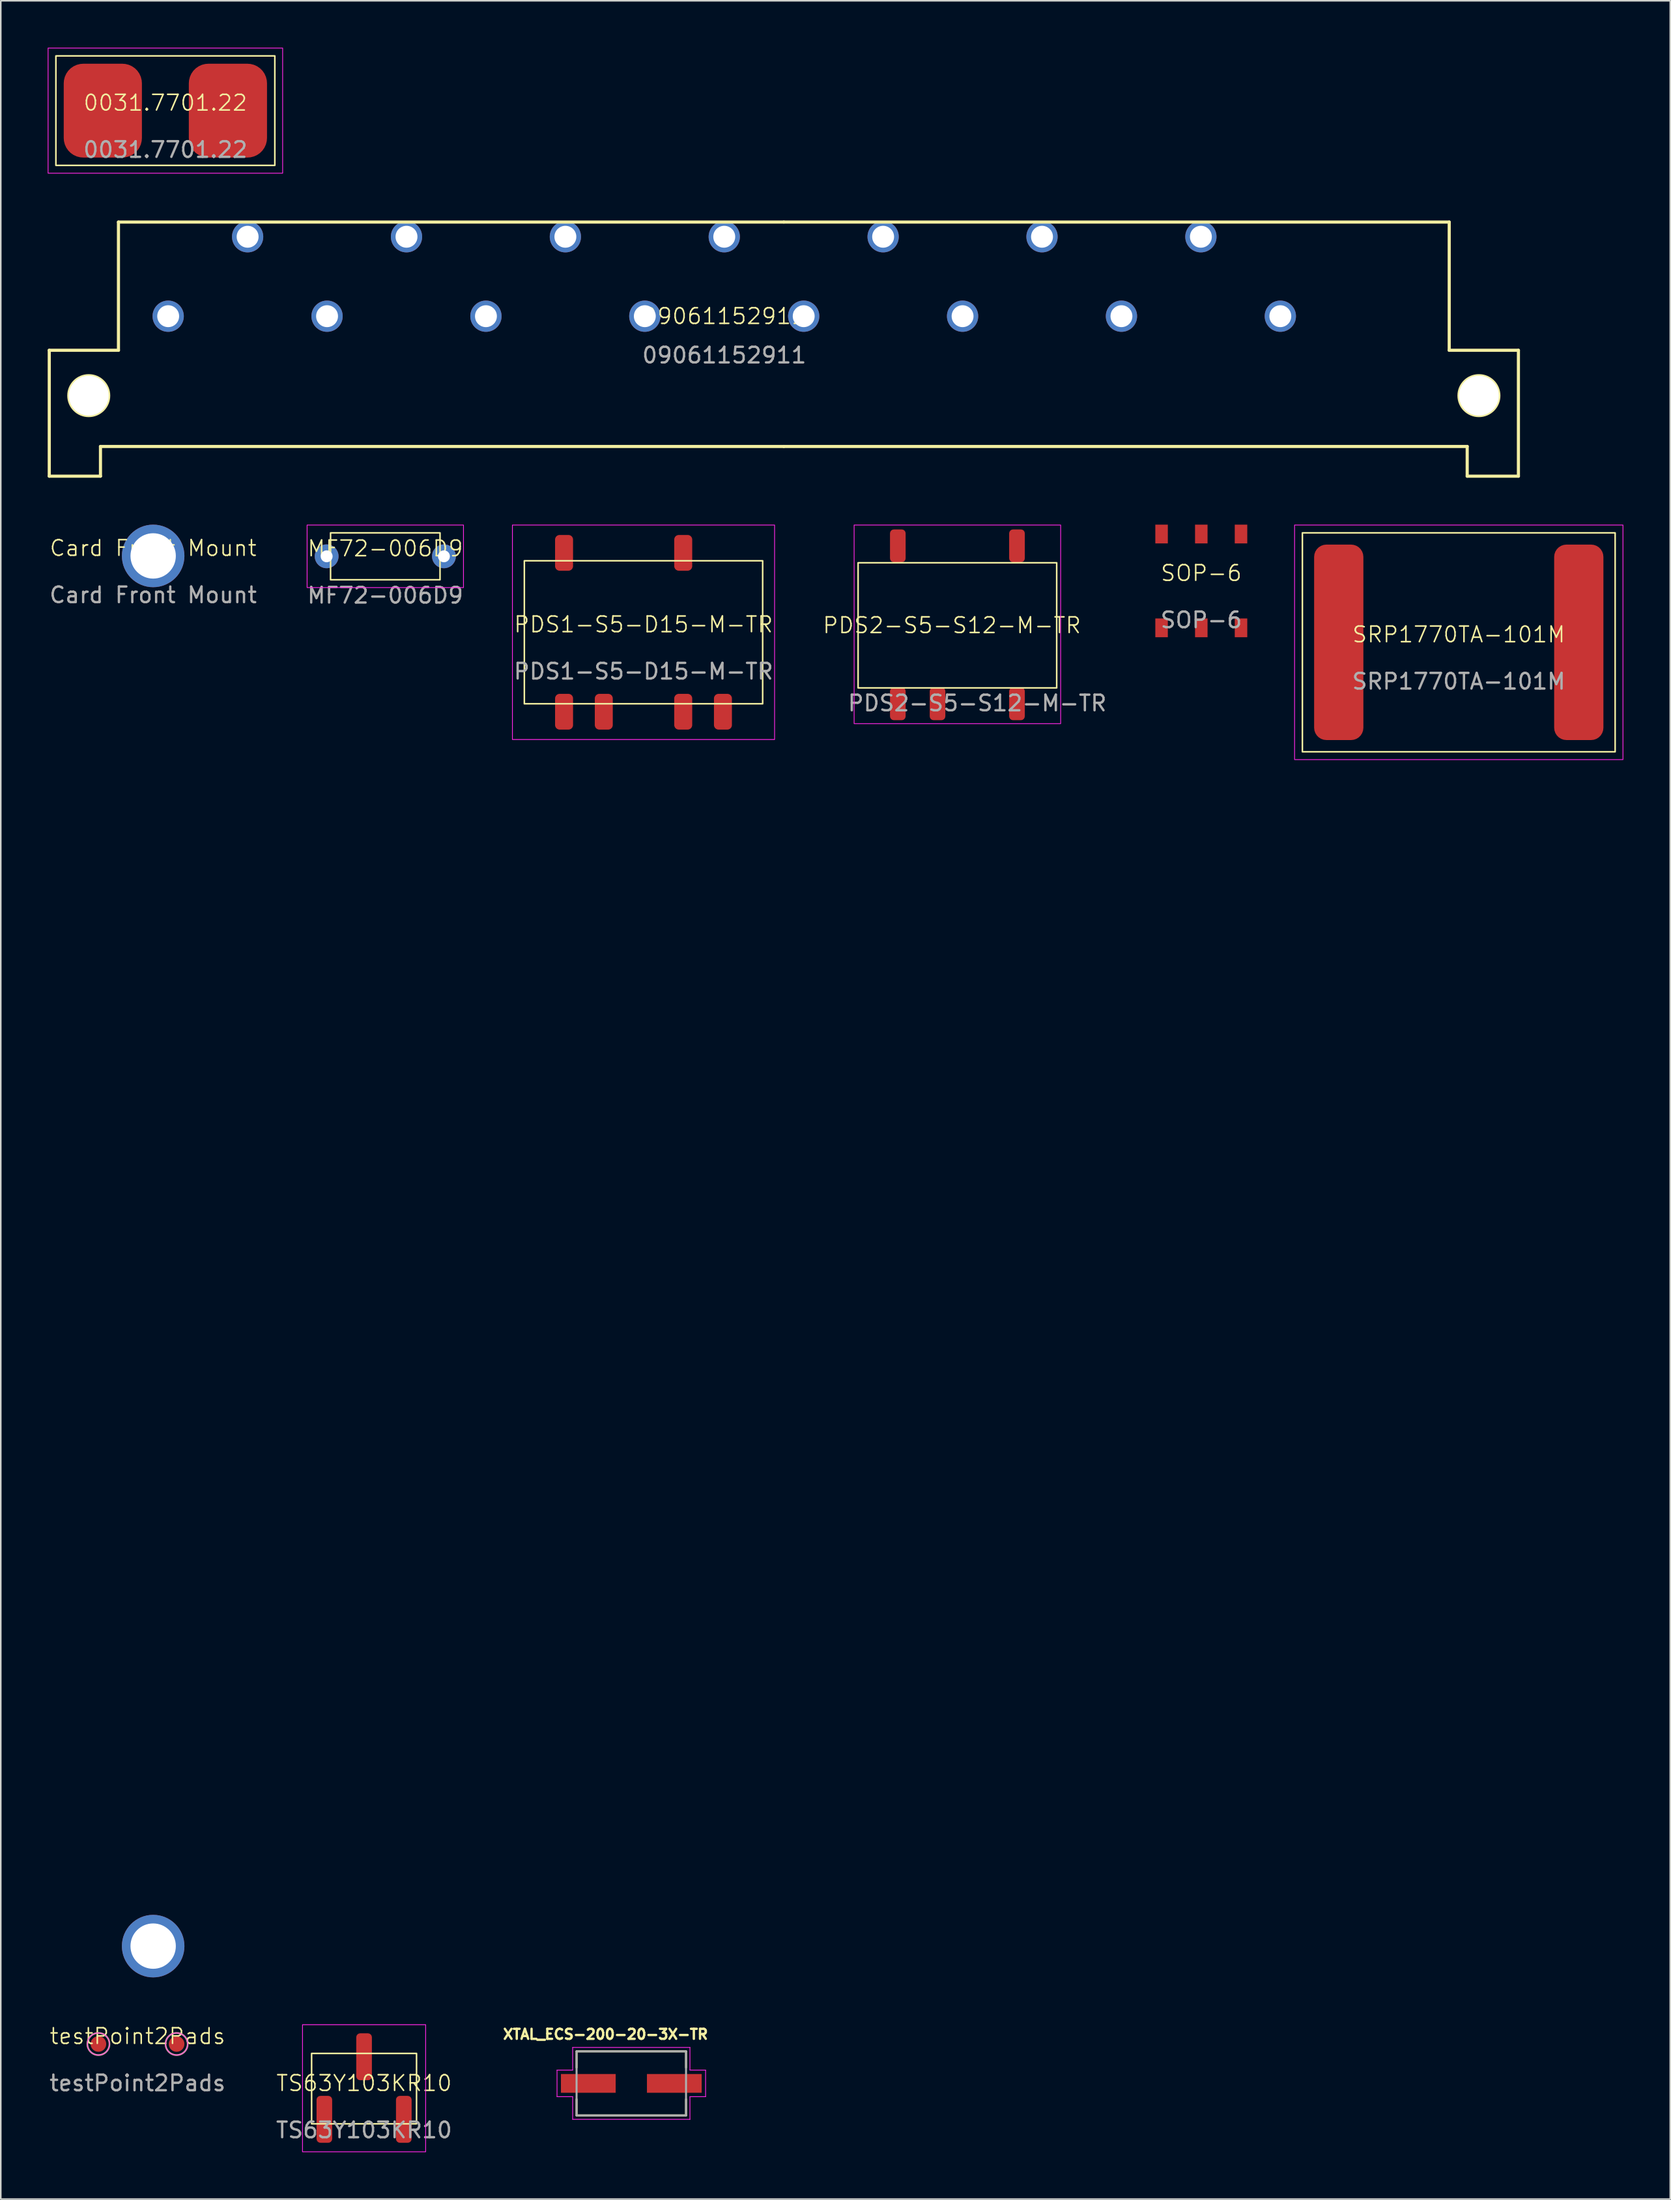
<source format=kicad_pcb>
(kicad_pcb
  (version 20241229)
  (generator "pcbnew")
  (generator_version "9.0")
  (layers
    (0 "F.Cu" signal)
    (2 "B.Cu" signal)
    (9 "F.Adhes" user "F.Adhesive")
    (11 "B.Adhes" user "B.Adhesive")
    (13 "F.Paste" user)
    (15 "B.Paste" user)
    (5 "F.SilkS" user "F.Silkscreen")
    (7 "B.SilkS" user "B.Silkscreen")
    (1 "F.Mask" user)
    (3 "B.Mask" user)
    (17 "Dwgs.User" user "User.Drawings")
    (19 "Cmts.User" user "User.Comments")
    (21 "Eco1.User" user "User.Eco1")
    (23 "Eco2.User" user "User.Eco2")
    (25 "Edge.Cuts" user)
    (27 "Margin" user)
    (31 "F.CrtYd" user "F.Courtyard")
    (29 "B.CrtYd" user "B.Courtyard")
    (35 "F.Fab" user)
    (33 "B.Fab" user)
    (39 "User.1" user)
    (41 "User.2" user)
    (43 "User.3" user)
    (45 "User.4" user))
  (footprint "PDS2-S5-S12-M-TR"
    (layer "F.Cu")
    (at 57.824 36.938)
    (property "Reference" "PDS2-S5-S12-M-TR" (at 0 0 0) (unlocked yes) (layer "F.SilkS") (effects (font (size 1 1) (thickness 0.1))))
    (attr smd)
    (fp_rect (start -6 -4) (end 6.7 4.001) (stroke (width 0.1) (type default)) (fill no) (layer "F.SilkS"))
    (fp_rect (start -6.254 -6.413) (end 6.954 6.287) (stroke (width 0.05) (type default)) (fill no) (layer "F.CrtYd"))
    (fp_text user "${REFERENCE}" (at 1.62 4.977 0) (unlocked yes) (layer "F.Fab") (effects (font (size 1 1) (thickness 0.15))))
    (pad "1" smd roundrect (at -3.46 5.017 180) (size 1 2.1) (layers "F.Cu" "F.Mask" "F.Paste") (roundrect_rratio 0.25))
    (pad "2" smd roundrect (at -0.92 5.017 180) (size 1 2.1) (layers "F.Cu" "F.Mask" "F.Paste") (roundrect_rratio 0.25))
    (pad "4" smd roundrect (at 4.16 5.017 180) (size 1 2.1) (layers "F.Cu" "F.Mask" "F.Paste") (roundrect_rratio 0.25))
    (pad "5" smd roundrect (at 4.16 -5.083 180) (size 1 2.1) (layers "F.Cu" "F.Mask" "F.Paste") (roundrect_rratio 0.25))
    (pad "8" smd roundrect (at -3.46 -5.083 180) (size 1 2.1) (layers "F.Cu" "F.Mask" "F.Paste") (roundrect_rratio 0.25)))
  (footprint "PDS1-S5-D15-M-TR"
    (layer "F.Cu")
    (at 38.101 37.383)
    (property "Reference" "PDS1-S5-D15-M-TR" (at 0 -0.5 0) (unlocked yes) (layer "F.SilkS") (effects (font (size 1 1) (thickness 0.1))))
    (attr smd)
    (fp_rect (start -7.62 -4.572) (end 7.62 4.572) (stroke (width 0.1) (type default)) (fill no) (layer "F.SilkS"))
    (fp_rect (start -8.382 -6.858) (end 8.382 6.858) (stroke (width 0.05) (type default)) (fill no) (layer "F.CrtYd"))
    (fp_text user "${REFERENCE}" (at 0 2.5 0) (unlocked yes) (layer "F.Fab") (effects (font (size 1 1) (thickness 0.15))))
    (pad "1" smd roundrect (at -5.08 5.08 90) (size 2.286 1.15) (layers "F.Cu" "F.Mask" "F.Paste") (roundrect_rratio 0.25))
    (pad "2" smd roundrect (at -2.54 5.08 90) (size 2.286 1.15) (layers "F.Cu" "F.Mask" "F.Paste") (roundrect_rratio 0.25))
    (pad "4" smd roundrect (at 2.54 5.08 90) (size 2.286 1.15) (layers "F.Cu" "F.Mask" "F.Paste") (roundrect_rratio 0.25))
    (pad "5" smd roundrect (at 5.08 5.08 90) (size 2.286 1.15) (layers "F.Cu" "F.Mask" "F.Paste") (roundrect_rratio 0.25))
    (pad "7" smd roundrect (at 2.54 -5.08 90) (size 2.286 1.15) (layers "F.Cu" "F.Mask" "F.Paste") (roundrect_rratio 0.25))
    (pad "10" smd roundrect (at -5.08 -5.08 90) (size 2.286 1.15) (layers "F.Cu" "F.Mask" "F.Paste") (roundrect_rratio 0.25)))
  (footprint "testPoint2Pads"
    (layer "F.Cu")
    (at 5.744 127.66)
    (property "Reference" "testPoint2Pads" (at 0 -0.5 0) (unlocked yes) (layer "F.SilkS") (effects (font (size 1 1) (thickness 0.1))))
    (attr smd)
    (fp_circle (center -2.5 0) (end -2 -0.5) (stroke (width 0.1) (type default)) (fill no) (layer "F.SilkS"))
    (fp_circle (center 2.5 0) (end 3 -0.5) (stroke (width 0.1) (type default)) (fill no) (layer "F.SilkS"))
    (fp_circle (center -2.5 0) (end -2 -0.5) (stroke (width 0.05) (type default)) (fill no) (layer "F.CrtYd"))
    (fp_circle (center 2.5 0) (end 3 -0.5) (stroke (width 0.05) (type default)) (fill no) (layer "F.CrtYd"))
    (fp_text user "${REFERENCE}" (at 0 2.5 0) (unlocked yes) (layer "F.Fab") (effects (font (size 1 1) (thickness 0.15))))
    (pad "1" smd circle (at -2.5 0) (size 1 1) (layers "F.Cu" "F.Mask" "F.Paste"))
    (pad "2" smd circle (at 2.5 0) (size 1 1) (layers "F.Cu" "F.Mask" "F.Paste")))
  (footprint "0031.7701.22"
    (layer "F.Cu")
    (at 7.525 4.025)
    (property "Reference" "0031.7701.22" (at 0 -0.5 0) (unlocked yes) (layer "F.SilkS") (effects (font (size 1 1) (thickness 0.1))))
    (attr smd)
    (fp_rect (start -7 -3.5) (end 7 3.5) (stroke (width 0.1) (type default)) (fill no) (layer "F.SilkS"))
    (fp_rect (start -7.5 -4) (end 7.5 4) (stroke (width 0.05) (type default)) (fill no) (layer "F.CrtYd"))
    (fp_text user "${REFERENCE}" (at 0 2.5 0) (unlocked yes) (layer "F.Fab") (effects (font (size 1 1) (thickness 0.15))))
    (pad "1" smd roundrect (at -4 0 180) (size 5 6) (layers "F.Cu" "F.Mask" "F.Paste") (roundrect_rratio 0.25))
    (pad "2" smd roundrect (at 4 0 180) (size 5 6) (layers "F.Cu" "F.Mask" "F.Paste") (roundrect_rratio 0.25)))
  (footprint "MF72-006D9"
    (layer "F.Cu")
    (at 21.589 32.525)
    (property "Reference" "MF72-006D9" (at 0 -0.5 0) (unlocked yes) (layer "F.SilkS") (effects (font (size 1 1) (thickness 0.1))))
    (attr through_hole)
    (fp_rect (start -3.5 -1.5) (end 3.5 1.5) (stroke (width 0.1) (type default)) (fill no) (layer "F.SilkS"))
    (fp_rect (start -5 -2) (end 5 2) (stroke (width 0.05) (type default)) (fill no) (layer "F.CrtYd"))
    (fp_text user "${REFERENCE}" (at 0 2.5 0) (unlocked yes) (layer "F.Fab") (effects (font (size 1 1) (thickness 0.15))))
    (pad "1" thru_hole circle (at -3.75 0) (size 1.524 1.524) (drill 0.762) (layers "*.Cu" "*.Mask"))
    (pad "2" thru_hole circle (at 3.75 0) (size 1.524 1.524) (drill 0.762) (layers "*.Cu" "*.Mask")))
  (footprint "TS63Y103KR10"
    (layer "F.Cu")
    (at 20.232 130.477)
    (property "Reference" "TS63Y103KR10" (at 0 -0.312 0) (unlocked yes) (layer "F.SilkS") (effects (font (size 1 1) (thickness 0.1))))
    (attr smd)
    (fp_rect (start -3.355 -2.214) (end 3.355 2.286) (stroke (width 0.1) (type default)) (fill no) (layer "F.SilkS"))
    (fp_rect (start -3.937 -4.052) (end 3.937 4.076) (stroke (width 0.05) (type default)) (fill no) (layer "F.CrtYd"))
    (fp_text user "${REFERENCE}" (at 0 2.688 0) (unlocked yes) (layer "F.Fab") (effects (font (size 1 1) (thickness 0.15))))
    (pad "1" smd roundrect (at -2.54 2 90) (size 3 1) (layers "F.Cu" "F.Mask" "F.Paste") (roundrect_rratio 0.25))
    (pad "2" smd roundrect (at 0 -2 90) (size 3 1) (layers "F.Cu" "F.Mask" "F.Paste") (roundrect_rratio 0.25))
    (pad "3" smd roundrect (at 2.54 2 90) (size 3 1) (layers "F.Cu" "F.Mask" "F.Paste") (roundrect_rratio 0.25)))
  (footprint "09061152911"
    (layer "F.Cu")
    (at 43.265 12.09)
    (property "Reference" "09061152911" (at 0 5.08 0) (unlocked yes) (layer "F.SilkS") (effects (font (size 1 1) (thickness 0.1))))
    (attr through_hole)
    (fp_line (start -43.165 7.26) (end -43.165 15.31) (stroke (width 0.2) (type solid)) (layer "F.SilkS"))
    (fp_line (start -43.165 15.31) (end -39.89 15.31) (stroke (width 0.2) (type solid)) (layer "F.SilkS"))
    (fp_line (start -39.89 13.41) (end 3.81 13.41) (stroke (width 0.2) (type solid)) (layer "F.SilkS"))
    (fp_line (start -39.89 15.31) (end -39.89 13.41) (stroke (width 0.2) (type solid)) (layer "F.SilkS"))
    (fp_line (start -38.74 -0.94) (end -38.74 7.26) (stroke (width 0.2) (type solid)) (layer "F.SilkS"))
    (fp_line (start -38.74 -0.94) (end 3.81 -0.94) (stroke (width 0.2) (type solid)) (layer "F.SilkS"))
    (fp_line (start -38.74 7.26) (end -43.165 7.26) (stroke (width 0.2) (type solid)) (layer "F.SilkS"))
    (fp_line (start 46.36 -0.94) (end 3.81 -0.94) (stroke (width 0.2) (type solid)) (layer "F.SilkS"))
    (fp_line (start 46.36 -0.94) (end 46.36 7.26) (stroke (width 0.2) (type solid)) (layer "F.SilkS"))
    (fp_line (start 46.36 7.26) (end 50.785 7.26) (stroke (width 0.2) (type solid)) (layer "F.SilkS"))
    (fp_line (start 47.51 13.41) (end 3.81 13.41) (stroke (width 0.2) (type solid)) (layer "F.SilkS"))
    (fp_line (start 47.51 15.31) (end 47.51 13.41) (stroke (width 0.2) (type solid)) (layer "F.SilkS"))
    (fp_line (start 50.785 7.26) (end 50.785 15.31) (stroke (width 0.2) (type solid)) (layer "F.SilkS"))
    (fp_line (start 50.785 15.31) (end 47.51 15.31) (stroke (width 0.2) (type solid)) (layer "F.SilkS"))
    (fp_circle (center -40.64 10.16) (end -39.365 10.16) (stroke (width 0.2) (type solid)) (fill no) (layer "F.SilkS"))
    (fp_circle (center -35.56 5.08) (end -35.46 5.08) (stroke (width 0.2) (type solid)) (fill no) (layer "F.SilkS"))
    (fp_circle (center 48.26 10.16) (end 49.535 10.16) (stroke (width 0.2) (type solid)) (fill no) (layer "F.SilkS"))
    (fp_text user "${REFERENCE}" (at 0 7.58 0) (unlocked yes) (layer "F.Fab") (effects (font (size 1 1) (thickness 0.15))))
    (pad "" np_thru_hole circle (at -40.64 10.16) (size 2.55 2.55) (drill 2.55) (layers "*.Cu" "*.Mask"))
    (pad "" np_thru_hole circle (at 48.26 10.16) (size 2.55 2.55) (drill 2.55) (layers "*.Cu" "*.Mask"))
    (pad "1" thru_hole circle (at 35.56 5.08) (size 2 2) (drill 1.4) (layers "*.Cu" "*.Mask"))
    (pad "2" thru_hole circle (at 30.48 0) (size 2 2) (drill 1.4) (layers "*.Cu" "*.Mask"))
    (pad "3" thru_hole circle (at 25.4 5.08) (size 2 2) (drill 1.4) (layers "*.Cu" "*.Mask"))
    (pad "4" thru_hole circle (at 20.32 0) (size 2 2) (drill 1.4) (layers "*.Cu" "*.Mask"))
    (pad "5" thru_hole circle (at 15.24 5.08) (size 2 2) (drill 1.4) (layers "*.Cu" "*.Mask"))
    (pad "6" thru_hole circle (at 10.16 0) (size 2 2) (drill 1.4) (layers "*.Cu" "*.Mask"))
    (pad "7" thru_hole circle (at 5.08 5.08) (size 2 2) (drill 1.4) (layers "*.Cu" "*.Mask"))
    (pad "8" thru_hole circle (at 0 0) (size 2 2) (drill 1.4) (layers "*.Cu" "*.Mask"))
    (pad "9" thru_hole circle (at -5.08 5.08) (size 2 2) (drill 1.4) (layers "*.Cu" "*.Mask"))
    (pad "10" thru_hole circle (at -10.16 0) (size 2 2) (drill 1.4) (layers "*.Cu" "*.Mask"))
    (pad "11" thru_hole circle (at -15.24 5.08) (size 2 2) (drill 1.4) (layers "*.Cu" "*.Mask"))
    (pad "12" thru_hole circle (at -20.32 0) (size 2 2) (drill 1.4) (layers "*.Cu" "*.Mask"))
    (pad "13" thru_hole circle (at -25.4 5.08) (size 2 2) (drill 1.4) (layers "*.Cu" "*.Mask"))
    (pad "14" thru_hole circle (at -30.48 0) (size 2 2) (drill 1.4) (layers "*.Cu" "*.Mask"))
    (pad "15" thru_hole circle (at -35.56 5.08) (size 2 2) (drill 1.4) (layers "*.Cu" "*.Mask")))
  (footprint "SRP1770TA-101M"
    (layer "F.Cu")
    (at 90.236 38.025)
    (property "Reference" "SRP1770TA-101M" (at 0 -0.5 0) (unlocked yes) (layer "F.SilkS") (effects (font (size 1 1) (thickness 0.1))))
    (attr smd)
    (fp_rect (start -10 -7) (end 10 7) (stroke (width 0.1) (type default)) (fill no) (layer "F.SilkS"))
    (fp_rect (start -10.5 -7.5) (end 10.5 7.5) (stroke (width 0.05) (type default)) (fill no) (layer "F.CrtYd"))
    (fp_text user "${REFERENCE}" (at 0 2.5 0) (unlocked yes) (layer "F.Fab") (effects (font (size 1 1) (thickness 0.15))))
    (pad "1" smd roundrect (at -7.675 0 90) (size 12.5 3.15) (layers "F.Cu" "F.Mask" "F.Paste") (roundrect_rratio 0.25))
    (pad "2" smd roundrect (at 7.675 0 90) (size 12.5 3.15) (layers "F.Cu" "F.Mask" "F.Paste") (roundrect_rratio 0.25)))
  (footprint "XTAL_ECS-200-20-3X-TR"
    (layer "F.Cu")
    (at 37.321 130.179)
    (property "Reference" "XTAL_ECS-200-20-3X-TR" (at -1.648 -3.14 0) (layer "F.SilkS") (effects (font (size 0.641 0.641) (thickness 0.15))))
    (attr smd)
    (fp_line (start -3.5 -2.05) (end 3.5 -2.05) (stroke (width 0.127) (type solid)) (layer "F.SilkS"))
    (fp_line (start -3.5 -1.01) (end -3.5 -2.05) (stroke (width 0.127) (type solid)) (layer "F.SilkS"))
    (fp_line (start -3.5 2.05) (end -3.5 1.01) (stroke (width 0.127) (type solid)) (layer "F.SilkS"))
    (fp_line (start 3.5 -2.05) (end 3.5 -1.01) (stroke (width 0.127) (type solid)) (layer "F.SilkS"))
    (fp_line (start 3.5 1.01) (end 3.5 2.05) (stroke (width 0.127) (type solid)) (layer "F.SilkS"))
    (fp_line (start 3.5 2.05) (end -3.5 2.05) (stroke (width 0.127) (type solid)) (layer "F.SilkS"))
    (fp_line (start -4.75 -0.85) (end -4.75 0.85) (stroke (width 0.05) (type solid)) (layer "F.CrtYd"))
    (fp_line (start -4.75 0.85) (end -3.75 0.85) (stroke (width 0.05) (type solid)) (layer "F.CrtYd"))
    (fp_line (start -3.75 -2.3) (end -3.75 -0.85) (stroke (width 0.05) (type solid)) (layer "F.CrtYd"))
    (fp_line (start -3.75 -0.85) (end -4.75 -0.85) (stroke (width 0.05) (type solid)) (layer "F.CrtYd"))
    (fp_line (start -3.75 0.85) (end -3.75 2.3) (stroke (width 0.05) (type solid)) (layer "F.CrtYd"))
    (fp_line (start -3.75 2.3) (end 3.75 2.3) (stroke (width 0.05) (type solid)) (layer "F.CrtYd"))
    (fp_line (start 3.75 -2.3) (end -3.75 -2.3) (stroke (width 0.05) (type solid)) (layer "F.CrtYd"))
    (fp_line (start 3.75 -0.85) (end 3.75 -2.3) (stroke (width 0.05) (type solid)) (layer "F.CrtYd"))
    (fp_line (start 3.75 0.85) (end 4.75 0.85) (stroke (width 0.05) (type solid)) (layer "F.CrtYd"))
    (fp_line (start 3.75 2.3) (end 3.75 0.85) (stroke (width 0.05) (type solid)) (layer "F.CrtYd"))
    (fp_line (start 4.75 -0.85) (end 3.75 -0.85) (stroke (width 0.05) (type solid)) (layer "F.CrtYd"))
    (fp_line (start 4.75 0.85) (end 4.75 -0.85) (stroke (width 0.05) (type solid)) (layer "F.CrtYd"))
    (fp_line (start -3.5 -2.05) (end -3.5 2.05) (stroke (width 0.127) (type solid)) (layer "F.Fab"))
    (fp_line (start -3.5 2.05) (end 3.5 2.05) (stroke (width 0.127) (type solid)) (layer "F.Fab"))
    (fp_line (start 3.5 -2.05) (end -3.5 -2.05) (stroke (width 0.127) (type solid)) (layer "F.Fab"))
    (fp_line (start 3.5 2.05) (end 3.5 -2.05) (stroke (width 0.127) (type solid)) (layer "F.Fab"))
    (pad "1" smd rect (at -2.75 0) (size 3.5 1.2) (layers "F.Cu" "F.Mask" "F.Paste"))
    (pad "2" smd rect (at 2.75 0) (size 3.5 1.2) (layers "F.Cu" "F.Mask" "F.Paste")))
  (footprint "Card Front Mount"
    (layer "F.Cu")
    (at 6.744 32.5)
    (property "Reference" "Card Front Mount" (at 0 -0.5 0) (unlocked yes) (layer "F.SilkS") (effects (font (size 1 1) (thickness 0.1))))
    (attr through_hole)
    (fp_text user "${REFERENCE}" (at 0 2.5 0) (unlocked yes) (layer "F.Fab") (effects (font (size 1 1) (thickness 0.15))))
    (pad "" np_thru_hole circle (at 0 0) (size 4 4) (drill 2.9) (layers "*.Cu" "*.Mask"))
    (pad "" np_thru_hole circle (at 0 88.9) (size 4 4) (drill 2.9) (layers "*.Cu" "*.Mask")))
  (footprint "SOP-6"
    (layer "F.Cu")
    (at 73.771 34.1)
    (property "Reference" "SOP-6" (at 0 -0.5 0) (unlocked yes) (layer "F.SilkS") (effects (font (size 1 1) (thickness 0.1))))
    (attr smd)
    (fp_text user "${REFERENCE}" (at 0 2.5 0) (unlocked yes) (layer "F.Fab") (effects (font (size 1 1) (thickness 0.15))))
    (pad "1" smd rect (at -2.54 3 90) (size 1.2 0.8) (layers "F.Cu" "F.Mask" "F.Paste"))
    (pad "2" smd rect (at 0 3 90) (size 1.2 0.8) (layers "F.Cu" "F.Mask" "F.Paste"))
    (pad "3" smd rect (at 2.54 3 90) (size 1.2 0.8) (layers "F.Cu" "F.Mask" "F.Paste"))
    (pad "4" smd rect (at 2.54 -3 90) (size 1.2 0.8) (layers "F.Cu" "F.Mask" "F.Paste"))
    (pad "5" smd rect (at 0 -3 90) (size 1.2 0.8) (layers "F.Cu" "F.Mask" "F.Paste"))
    (pad "6" smd rect (at -2.54 -3 90) (size 1.2 0.8) (layers "F.Cu" "F.Mask" "F.Paste")))
  (gr_rect
    (start -3 -3)
    (end 103.761 137.578)
    (stroke (width 0.1) (type default))
    (fill no)
    (layer "Edge.Cuts")))
</source>
